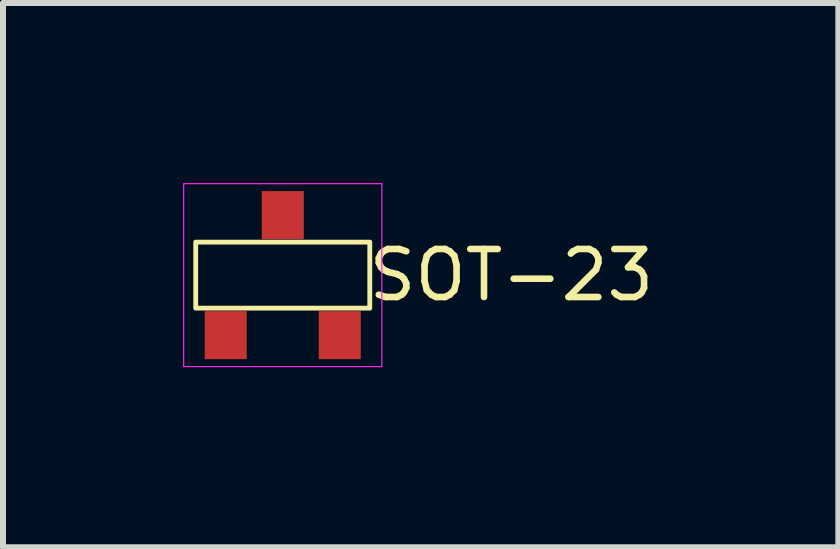
<source format=kicad_pcb>
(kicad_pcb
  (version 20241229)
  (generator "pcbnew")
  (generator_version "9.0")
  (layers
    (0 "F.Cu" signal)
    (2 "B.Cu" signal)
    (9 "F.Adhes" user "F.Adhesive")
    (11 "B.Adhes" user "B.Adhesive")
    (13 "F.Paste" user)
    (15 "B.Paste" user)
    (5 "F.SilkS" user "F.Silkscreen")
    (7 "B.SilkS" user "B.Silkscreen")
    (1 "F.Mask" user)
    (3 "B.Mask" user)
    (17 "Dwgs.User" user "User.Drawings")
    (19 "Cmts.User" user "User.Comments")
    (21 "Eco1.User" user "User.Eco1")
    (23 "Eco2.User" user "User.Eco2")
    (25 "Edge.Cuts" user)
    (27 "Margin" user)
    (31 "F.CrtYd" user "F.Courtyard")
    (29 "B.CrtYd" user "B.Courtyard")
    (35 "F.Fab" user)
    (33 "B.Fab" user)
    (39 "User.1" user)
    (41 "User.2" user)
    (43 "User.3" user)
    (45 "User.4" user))
  (footprint "SOT-23"
    (layer "F.Cu")
    (at 1.661 1.534)
    (property "Reference" "SOT-23" (at 3.81 0 0) (unlocked yes) (layer "F.SilkS") (effects (font (size 0.8 0.8) (thickness 0.11))))
    (attr smd)
    (fp_rect (start -1.45 0.55) (end 1.45 -0.55) (stroke (width 0.08) (type solid)) (fill no) (layer "F.SilkS"))
    (fp_rect (start -1.651 -1.524) (end 1.651 1.524) (stroke (width 0.02) (type solid)) (fill no) (layer "F.CrtYd"))
    (pad "1" smd rect (at -0.95 1) (size 0.7 0.8) (layers "F.Cu" "F.Mask" "F.Paste"))
    (pad "2" smd rect (at 0.95 1) (size 0.7 0.8) (layers "F.Cu" "F.Mask" "F.Paste"))
    (pad "3" smd rect (at 0 -1) (size 0.7 0.8) (layers "F.Cu" "F.Mask" "F.Paste")))
  (gr_rect
    (start -3 -3)
    (end 10.918 6.068)
    (stroke (width 0.1) (type default))
    (fill no)
    (layer "Edge.Cuts")))
</source>
